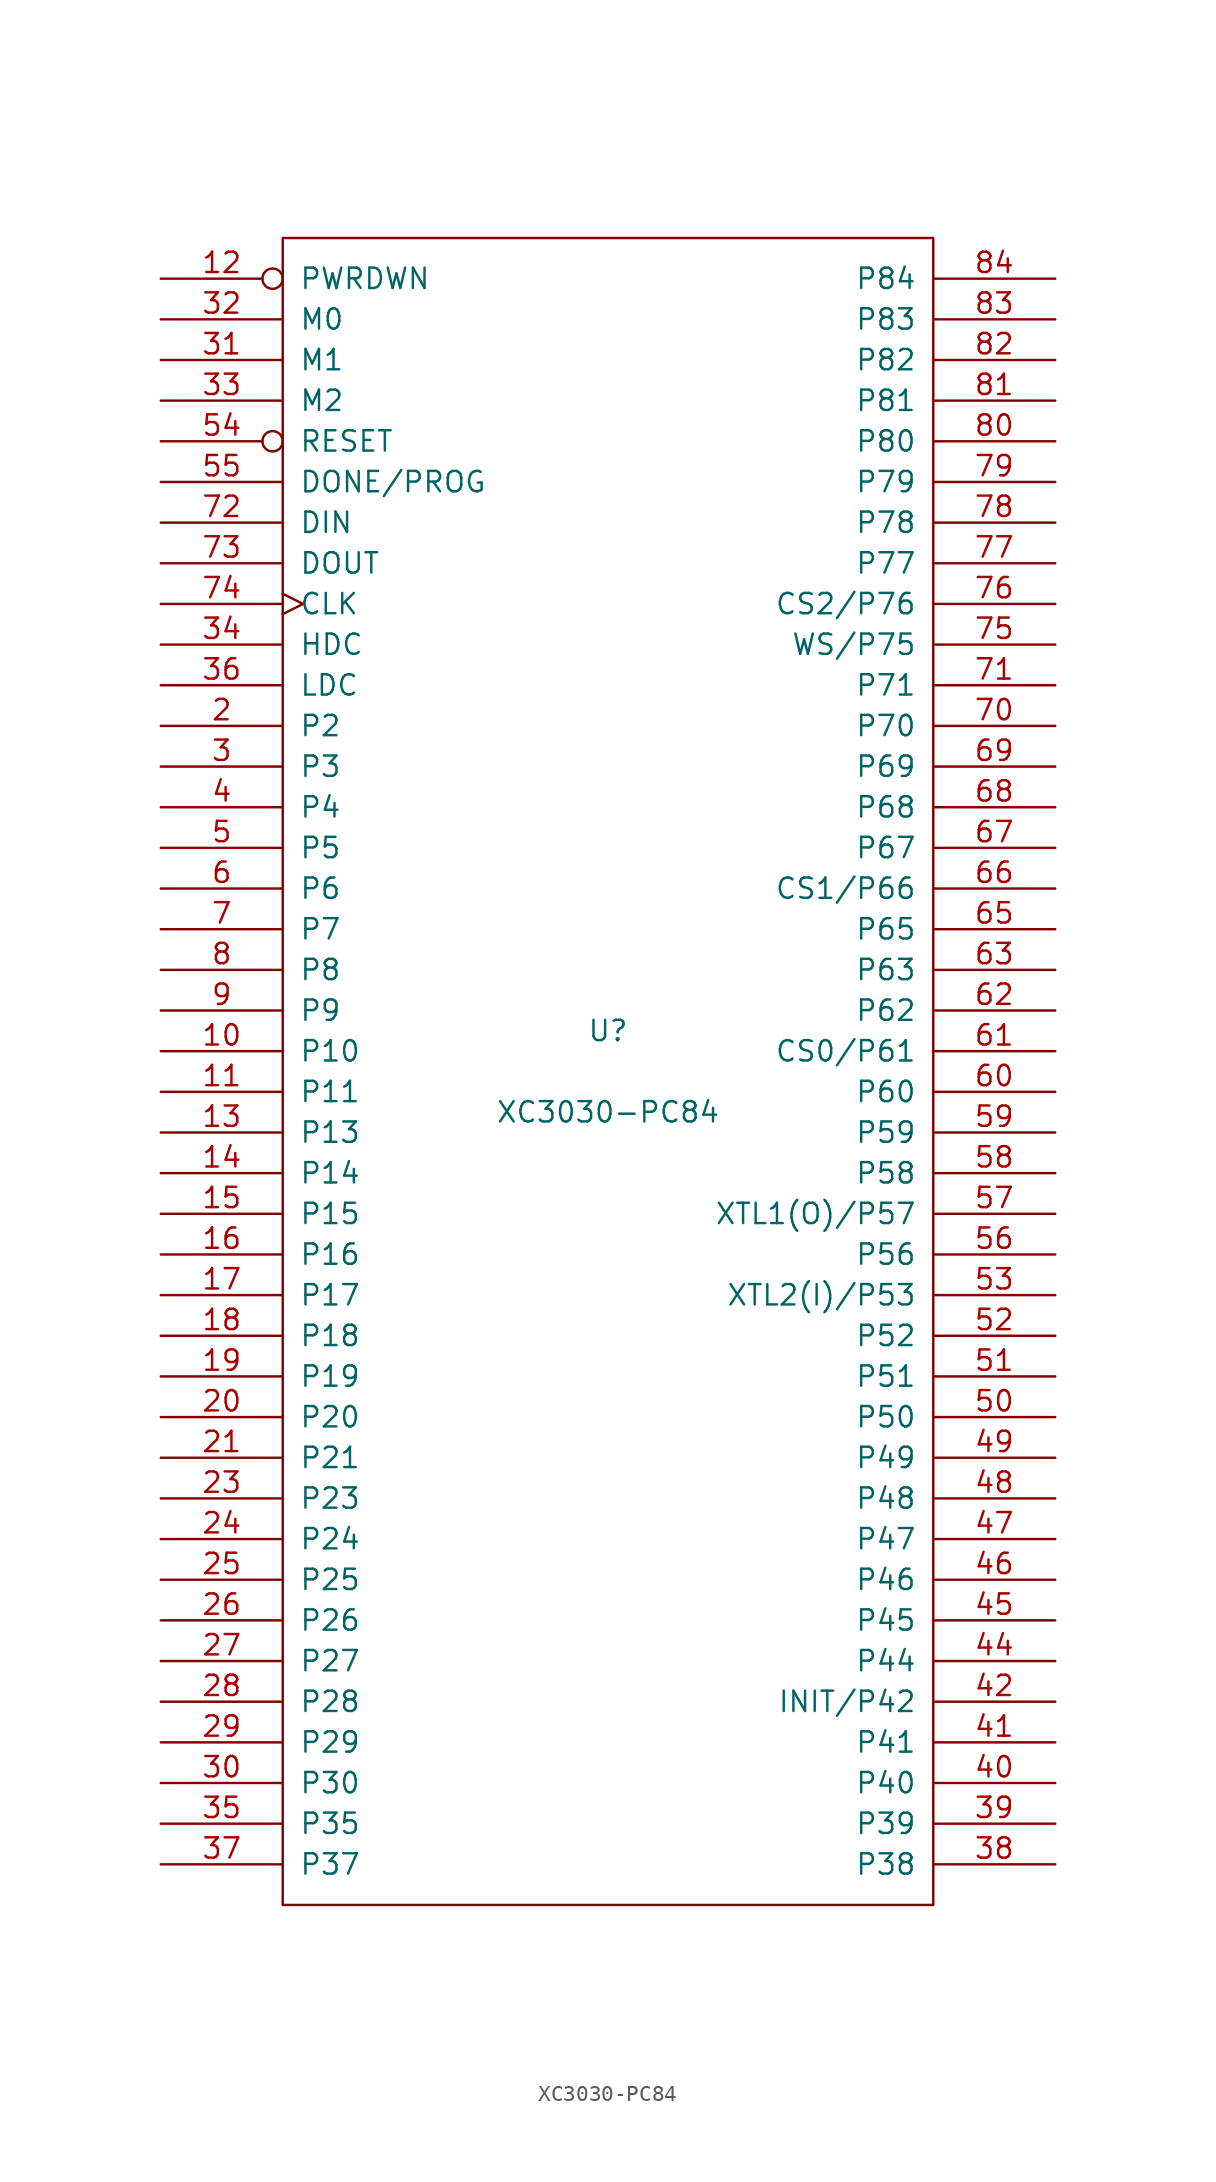
<source format=kicad_sym>
(kicad_symbol_lib
  (version 20211014)
  (generator kicad_symbol_editor)
  (symbol "XC3030-PC84"
    (pin_names
      (offset 1.016))
    (property "Reference" "U"
      (at 0 2.54 0)
      (effects (font (size 1.27 1.27))))
    (property "Value" "XC3030-PC84"
      (at 0 -2.54 0)
      (effects (font (size 1.27 1.27))))
    (symbol "XC3030-PC84_0_1"
      (rectangle (start -20.32 -52.07) (end 20.32 52.07) (stroke (width 0) (type default) (color 0 0 0 0)) (fill (type none))))
    (symbol "XC3030-PC84_1_1"
      (pin power_in line (at -2.54 -52.07 90) (length 0) hide (name "GND" (effects (font (size 1.27 1.27)))) (number "1" (effects (font (size 1.27 1.27)))))
      (pin passive line (at -27.94 1.27 0) (length 7.62) (name "P10" (effects (font (size 1.27 1.27)))) (number "10" (effects (font (size 1.27 1.27)))))
      (pin passive line (at -27.94 -1.27 0) (length 7.62) (name "P11" (effects (font (size 1.27 1.27)))) (number "11" (effects (font (size 1.27 1.27)))))
      (pin input inverted (at -27.94 49.53 0) (length 7.62) (name "PWRDWN" (effects (font (size 1.27 1.27)))) (number "12" (effects (font (size 1.27 1.27)))))
      (pin passive line (at -27.94 -3.81 0) (length 7.62) (name "P13" (effects (font (size 1.27 1.27)))) (number "13" (effects (font (size 1.27 1.27)))))
      (pin passive line (at -27.94 -6.35 0) (length 7.62) (name "P14" (effects (font (size 1.27 1.27)))) (number "14" (effects (font (size 1.27 1.27)))))
      (pin passive line (at -27.94 -8.89 0) (length 7.62) (name "P15" (effects (font (size 1.27 1.27)))) (number "15" (effects (font (size 1.27 1.27)))))
      (pin passive line (at -27.94 -11.43 0) (length 7.62) (name "P16" (effects (font (size 1.27 1.27)))) (number "16" (effects (font (size 1.27 1.27)))))
      (pin passive line (at -27.94 -13.97 0) (length 7.62) (name "P17" (effects (font (size 1.27 1.27)))) (number "17" (effects (font (size 1.27 1.27)))))
      (pin passive line (at -27.94 -16.51 0) (length 7.62) (name "P18" (effects (font (size 1.27 1.27)))) (number "18" (effects (font (size 1.27 1.27)))))
      (pin passive line (at -27.94 -19.05 0) (length 7.62) (name "P19" (effects (font (size 1.27 1.27)))) (number "19" (effects (font (size 1.27 1.27)))))
      (pin passive line (at -27.94 21.59 0) (length 7.62) (name "P2" (effects (font (size 1.27 1.27)))) (number "2" (effects (font (size 1.27 1.27)))))
      (pin passive line (at -27.94 -21.59 0) (length 7.62) (name "P20" (effects (font (size 1.27 1.27)))) (number "20" (effects (font (size 1.27 1.27)))))
      (pin passive line (at -27.94 -24.13 0) (length 7.62) (name "P21" (effects (font (size 1.27 1.27)))) (number "21" (effects (font (size 1.27 1.27)))))
      (pin power_in line (at 0 52.07 270) (length 0) hide (name "VCC" (effects (font (size 1.27 1.27)))) (number "22" (effects (font (size 1.27 1.27)))))
      (pin passive line (at -27.94 -26.67 0) (length 7.62) (name "P23" (effects (font (size 1.27 1.27)))) (number "23" (effects (font (size 1.27 1.27)))))
      (pin passive line (at -27.94 -29.21 0) (length 7.62) (name "P24" (effects (font (size 1.27 1.27)))) (number "24" (effects (font (size 1.27 1.27)))))
      (pin passive line (at -27.94 -31.75 0) (length 7.62) (name "P25" (effects (font (size 1.27 1.27)))) (number "25" (effects (font (size 1.27 1.27)))))
      (pin passive line (at -27.94 -34.29 0) (length 7.62) (name "P26" (effects (font (size 1.27 1.27)))) (number "26" (effects (font (size 1.27 1.27)))))
      (pin passive line (at -27.94 -36.83 0) (length 7.62) (name "P27" (effects (font (size 1.27 1.27)))) (number "27" (effects (font (size 1.27 1.27)))))
      (pin passive line (at -27.94 -39.37 0) (length 7.62) (name "P28" (effects (font (size 1.27 1.27)))) (number "28" (effects (font (size 1.27 1.27)))))
      (pin passive line (at -27.94 -41.91 0) (length 7.62) (name "P29" (effects (font (size 1.27 1.27)))) (number "29" (effects (font (size 1.27 1.27)))))
      (pin passive line (at -27.94 19.05 0) (length 7.62) (name "P3" (effects (font (size 1.27 1.27)))) (number "3" (effects (font (size 1.27 1.27)))))
      (pin passive line (at -27.94 -44.45 0) (length 7.62) (name "P30" (effects (font (size 1.27 1.27)))) (number "30" (effects (font (size 1.27 1.27)))))
      (pin input line (at -27.94 44.45 0) (length 7.62) (name "M1" (effects (font (size 1.27 1.27)))) (number "31" (effects (font (size 1.27 1.27)))))
      (pin input line (at -27.94 46.99 0) (length 7.62) (name "M0" (effects (font (size 1.27 1.27)))) (number "32" (effects (font (size 1.27 1.27)))))
      (pin bidirectional line (at -27.94 41.91 0) (length 7.62) (name "M2" (effects (font (size 1.27 1.27)))) (number "33" (effects (font (size 1.27 1.27)))))
      (pin passive line (at -27.94 26.67 0) (length 7.62) (name "HDC" (effects (font (size 1.27 1.27)))) (number "34" (effects (font (size 1.27 1.27)))))
      (pin passive line (at -27.94 -46.99 0) (length 7.62) (name "P35" (effects (font (size 1.27 1.27)))) (number "35" (effects (font (size 1.27 1.27)))))
      (pin passive line (at -27.94 24.13 0) (length 7.62) (name "LDC" (effects (font (size 1.27 1.27)))) (number "36" (effects (font (size 1.27 1.27)))))
      (pin passive line (at -27.94 -49.53 0) (length 7.62) (name "P37" (effects (font (size 1.27 1.27)))) (number "37" (effects (font (size 1.27 1.27)))))
      (pin passive line (at 27.94 -49.53 180) (length 7.62) (name "P38" (effects (font (size 1.27 1.27)))) (number "38" (effects (font (size 1.27 1.27)))))
      (pin passive line (at 27.94 -46.99 180) (length 7.62) (name "P39" (effects (font (size 1.27 1.27)))) (number "39" (effects (font (size 1.27 1.27)))))
      (pin passive line (at -27.94 16.51 0) (length 7.62) (name "P4" (effects (font (size 1.27 1.27)))) (number "4" (effects (font (size 1.27 1.27)))))
      (pin passive line (at 27.94 -44.45 180) (length 7.62) (name "P40" (effects (font (size 1.27 1.27)))) (number "40" (effects (font (size 1.27 1.27)))))
      (pin passive line (at 27.94 -41.91 180) (length 7.62) (name "P41" (effects (font (size 1.27 1.27)))) (number "41" (effects (font (size 1.27 1.27)))))
      (pin passive line (at 27.94 -39.37 180) (length 7.62) (name "INIT/P42" (effects (font (size 1.27 1.27)))) (number "42" (effects (font (size 1.27 1.27)))))
      (pin power_in line (at 0 -52.07 90) (length 0) hide (name "GND" (effects (font (size 1.27 1.27)))) (number "43" (effects (font (size 1.27 1.27)))))
      (pin passive line (at 27.94 -36.83 180) (length 7.62) (name "P44" (effects (font (size 1.27 1.27)))) (number "44" (effects (font (size 1.27 1.27)))))
      (pin passive line (at 27.94 -34.29 180) (length 7.62) (name "P45" (effects (font (size 1.27 1.27)))) (number "45" (effects (font (size 1.27 1.27)))))
      (pin passive line (at 27.94 -31.75 180) (length 7.62) (name "P46" (effects (font (size 1.27 1.27)))) (number "46" (effects (font (size 1.27 1.27)))))
      (pin passive line (at 27.94 -29.21 180) (length 7.62) (name "P47" (effects (font (size 1.27 1.27)))) (number "47" (effects (font (size 1.27 1.27)))))
      (pin passive line (at 27.94 -26.67 180) (length 7.62) (name "P48" (effects (font (size 1.27 1.27)))) (number "48" (effects (font (size 1.27 1.27)))))
      (pin passive line (at 27.94 -24.13 180) (length 7.62) (name "P49" (effects (font (size 1.27 1.27)))) (number "49" (effects (font (size 1.27 1.27)))))
      (pin passive line (at -27.94 13.97 0) (length 7.62) (name "P5" (effects (font (size 1.27 1.27)))) (number "5" (effects (font (size 1.27 1.27)))))
      (pin passive line (at 27.94 -21.59 180) (length 7.62) (name "P50" (effects (font (size 1.27 1.27)))) (number "50" (effects (font (size 1.27 1.27)))))
      (pin passive line (at 27.94 -19.05 180) (length 7.62) (name "P51" (effects (font (size 1.27 1.27)))) (number "51" (effects (font (size 1.27 1.27)))))
      (pin passive line (at 27.94 -16.51 180) (length 7.62) (name "P52" (effects (font (size 1.27 1.27)))) (number "52" (effects (font (size 1.27 1.27)))))
      (pin passive line (at 27.94 -13.97 180) (length 7.62) (name "XTL2(I)/P53" (effects (font (size 1.27 1.27)))) (number "53" (effects (font (size 1.27 1.27)))))
      (pin input inverted (at -27.94 39.37 0) (length 7.62) (name "RESET" (effects (font (size 1.27 1.27)))) (number "54" (effects (font (size 1.27 1.27)))))
      (pin bidirectional line (at -27.94 36.83 0) (length 7.62) (name "DONE/PROG" (effects (font (size 1.27 1.27)))) (number "55" (effects (font (size 1.27 1.27)))))
      (pin passive line (at 27.94 -11.43 180) (length 7.62) (name "P56" (effects (font (size 1.27 1.27)))) (number "56" (effects (font (size 1.27 1.27)))))
      (pin passive line (at 27.94 -8.89 180) (length 7.62) (name "XTL1(O)/P57" (effects (font (size 1.27 1.27)))) (number "57" (effects (font (size 1.27 1.27)))))
      (pin passive line (at 27.94 -6.35 180) (length 7.62) (name "P58" (effects (font (size 1.27 1.27)))) (number "58" (effects (font (size 1.27 1.27)))))
      (pin passive line (at 27.94 -3.81 180) (length 7.62) (name "P59" (effects (font (size 1.27 1.27)))) (number "59" (effects (font (size 1.27 1.27)))))
      (pin passive line (at -27.94 11.43 0) (length 7.62) (name "P6" (effects (font (size 1.27 1.27)))) (number "6" (effects (font (size 1.27 1.27)))))
      (pin passive line (at 27.94 -1.27 180) (length 7.62) (name "P60" (effects (font (size 1.27 1.27)))) (number "60" (effects (font (size 1.27 1.27)))))
      (pin passive line (at 27.94 1.27 180) (length 7.62) (name "CS0/P61" (effects (font (size 1.27 1.27)))) (number "61" (effects (font (size 1.27 1.27)))))
      (pin passive line (at 27.94 3.81 180) (length 7.62) (name "P62" (effects (font (size 1.27 1.27)))) (number "62" (effects (font (size 1.27 1.27)))))
      (pin passive line (at 27.94 6.35 180) (length 7.62) (name "P63" (effects (font (size 1.27 1.27)))) (number "63" (effects (font (size 1.27 1.27)))))
      (pin power_in line (at -2.54 52.07 270) (length 0) hide (name "VCC" (effects (font (size 1.27 1.27)))) (number "64" (effects (font (size 1.27 1.27)))))
      (pin passive line (at 27.94 8.89 180) (length 7.62) (name "P65" (effects (font (size 1.27 1.27)))) (number "65" (effects (font (size 1.27 1.27)))))
      (pin passive line (at 27.94 11.43 180) (length 7.62) (name "CS1/P66" (effects (font (size 1.27 1.27)))) (number "66" (effects (font (size 1.27 1.27)))))
      (pin passive line (at 27.94 13.97 180) (length 7.62) (name "P67" (effects (font (size 1.27 1.27)))) (number "67" (effects (font (size 1.27 1.27)))))
      (pin passive line (at 27.94 16.51 180) (length 7.62) (name "P68" (effects (font (size 1.27 1.27)))) (number "68" (effects (font (size 1.27 1.27)))))
      (pin passive line (at 27.94 19.05 180) (length 7.62) (name "P69" (effects (font (size 1.27 1.27)))) (number "69" (effects (font (size 1.27 1.27)))))
      (pin passive line (at -27.94 8.89 0) (length 7.62) (name "P7" (effects (font (size 1.27 1.27)))) (number "7" (effects (font (size 1.27 1.27)))))
      (pin passive line (at 27.94 21.59 180) (length 7.62) (name "P70" (effects (font (size 1.27 1.27)))) (number "70" (effects (font (size 1.27 1.27)))))
      (pin passive line (at 27.94 24.13 180) (length 7.62) (name "P71" (effects (font (size 1.27 1.27)))) (number "71" (effects (font (size 1.27 1.27)))))
      (pin input line (at -27.94 34.29 0) (length 7.62) (name "DIN" (effects (font (size 1.27 1.27)))) (number "72" (effects (font (size 1.27 1.27)))))
      (pin passive line (at -27.94 31.75 0) (length 7.62) (name "DOUT" (effects (font (size 1.27 1.27)))) (number "73" (effects (font (size 1.27 1.27)))))
      (pin bidirectional clock (at -27.94 29.21 0) (length 7.62) (name "CLK" (effects (font (size 1.27 1.27)))) (number "74" (effects (font (size 1.27 1.27)))))
      (pin passive line (at 27.94 26.67 180) (length 7.62) (name "WS/P75" (effects (font (size 1.27 1.27)))) (number "75" (effects (font (size 1.27 1.27)))))
      (pin passive line (at 27.94 29.21 180) (length 7.62) (name "CS2/P76" (effects (font (size 1.27 1.27)))) (number "76" (effects (font (size 1.27 1.27)))))
      (pin passive line (at 27.94 31.75 180) (length 7.62) (name "P77" (effects (font (size 1.27 1.27)))) (number "77" (effects (font (size 1.27 1.27)))))
      (pin passive line (at 27.94 34.29 180) (length 7.62) (name "P78" (effects (font (size 1.27 1.27)))) (number "78" (effects (font (size 1.27 1.27)))))
      (pin passive line (at 27.94 36.83 180) (length 7.62) (name "P79" (effects (font (size 1.27 1.27)))) (number "79" (effects (font (size 1.27 1.27)))))
      (pin passive line (at -27.94 6.35 0) (length 7.62) (name "P8" (effects (font (size 1.27 1.27)))) (number "8" (effects (font (size 1.27 1.27)))))
      (pin passive line (at 27.94 39.37 180) (length 7.62) (name "P80" (effects (font (size 1.27 1.27)))) (number "80" (effects (font (size 1.27 1.27)))))
      (pin passive line (at 27.94 41.91 180) (length 7.62) (name "P81" (effects (font (size 1.27 1.27)))) (number "81" (effects (font (size 1.27 1.27)))))
      (pin passive line (at 27.94 44.45 180) (length 7.62) (name "P82" (effects (font (size 1.27 1.27)))) (number "82" (effects (font (size 1.27 1.27)))))
      (pin passive line (at 27.94 46.99 180) (length 7.62) (name "P83" (effects (font (size 1.27 1.27)))) (number "83" (effects (font (size 1.27 1.27)))))
      (pin passive line (at 27.94 49.53 180) (length 7.62) (name "P84" (effects (font (size 1.27 1.27)))) (number "84" (effects (font (size 1.27 1.27)))))
      (pin passive line (at -27.94 3.81 0) (length 7.62) (name "P9" (effects (font (size 1.27 1.27)))) (number "9" (effects (font (size 1.27 1.27))))))))
</source>
